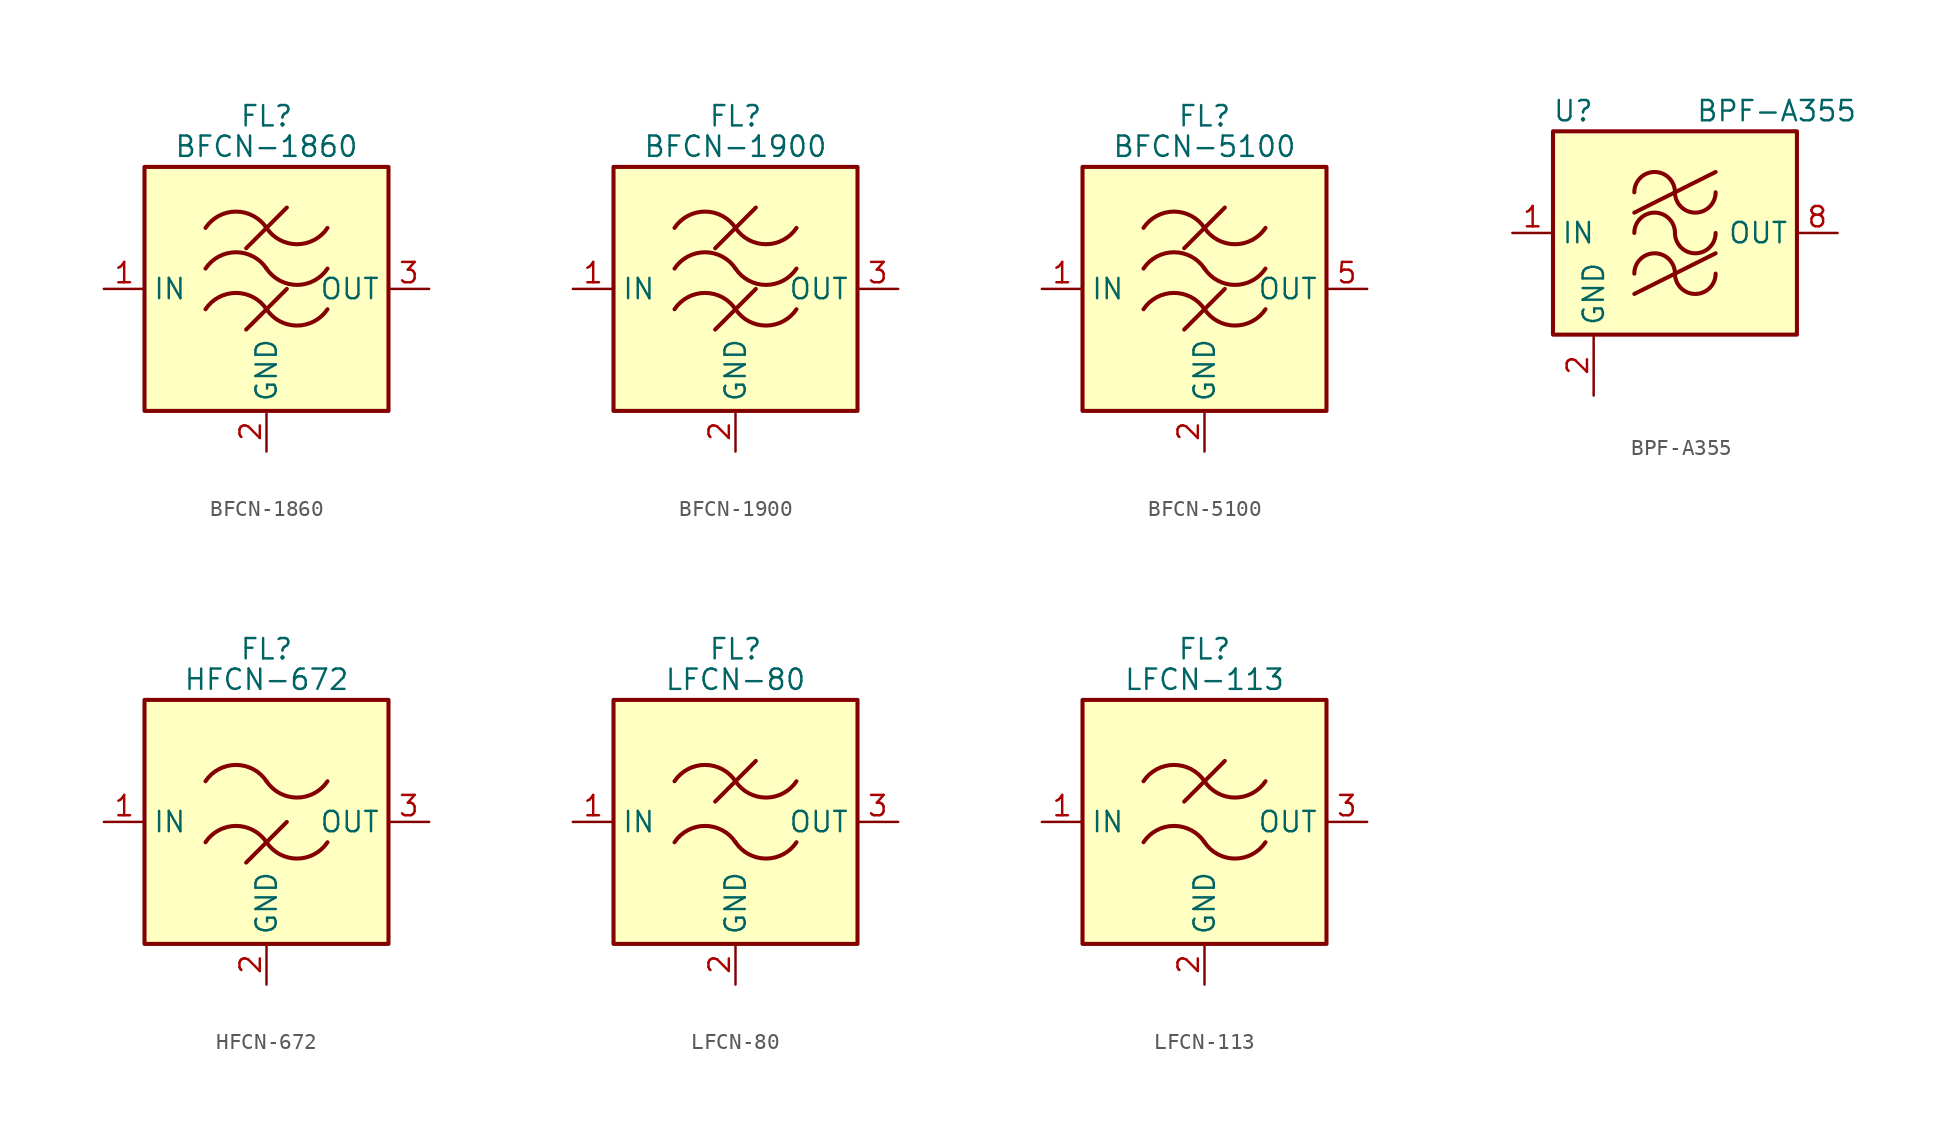
<source format=kicad_sym>
(kicad_symbol_lib
  (version 20241209)
  (generator "kicad_symbol_editor")
  (generator_version "9.0")
  (symbol "BFCN-1860"
    (property "Reference" "FL"
      (at 0 10.795 0)
      (effects (font (size 1.27 1.27))))
    (property "Value" "BFCN-1860"
      (at 0 8.89 0)
      (effects (font (size 1.27 1.27))))
    (symbol "BFCN-1860_0_1"
      (rectangle (start -7.62 7.62) (end 7.62 -7.62) (stroke (width 0.254) (type default)) (fill (type background)))
      (arc (start -3.81 3.81) (mid -1.905 4.8295) (end 0 3.81) (stroke (width 0.254) (type default)) (fill (type none)))
      (arc (start -3.81 1.27) (mid -1.905 2.2895) (end 0 1.27) (stroke (width 0.254) (type default)) (fill (type none)))
      (arc (start -3.81 -1.27) (mid -1.905 -0.2505) (end 0 -1.27) (stroke (width 0.254) (type default)) (fill (type none)))
      (polyline (pts (xy -1.27 2.54) (xy 1.27 5.08)) (stroke (width 0.254) (type default)) (fill (type none)))
      (polyline (pts (xy -1.27 -2.54) (xy 1.27 0)) (stroke (width 0.254) (type default)) (fill (type none)))
      (arc (start 3.81 3.81) (mid 1.905 2.7905) (end 0 3.81) (stroke (width 0.254) (type default)) (fill (type none)))
      (arc (start 3.81 1.27) (mid 1.905 0.2505) (end 0 1.27) (stroke (width 0.254) (type default)) (fill (type none)))
      (arc (start 3.81 -1.27) (mid 1.905 -2.2895) (end 0 -1.27) (stroke (width 0.254) (type default)) (fill (type none))))
    (symbol "BFCN-1860_1_1"
      (pin passive line (at -10.16 0 0) (length 2.54) (name "IN" (effects (font (size 1.27 1.27)))) (number "1" (effects (font (size 1.27 1.27)))))
      (pin passive line (at 0 -10.16 90) (length 2.54) (name "GND" (effects (font (size 1.27 1.27)))) (number "2" (effects (font (size 1.27 1.27)))))
      (pin passive line (at 0 -10.16 90) (length 2.54) (hide yes) (name "GND" (effects (font (size 1.27 1.27)))) (number "4" (effects (font (size 1.27 1.27)))))
      (pin passive line (at 10.16 0 180) (length 2.54) (name "OUT" (effects (font (size 1.27 1.27)))) (number "3" (effects (font (size 1.27 1.27)))))))
  (symbol "BFCN-1900"
    (property "Reference" "FL"
      (at 0 10.795 0)
      (effects (font (size 1.27 1.27))))
    (property "Value" "BFCN-1900"
      (at 0 8.89 0)
      (effects (font (size 1.27 1.27))))
    (symbol "BFCN-1900_0_1"
      (rectangle (start -7.62 7.62) (end 7.62 -7.62) (stroke (width 0.254) (type default)) (fill (type background)))
      (arc (start -3.81 3.81) (mid -1.905 4.8295) (end 0 3.81) (stroke (width 0.254) (type default)) (fill (type none)))
      (arc (start -3.81 1.27) (mid -1.905 2.2895) (end 0 1.27) (stroke (width 0.254) (type default)) (fill (type none)))
      (arc (start -3.81 -1.27) (mid -1.905 -0.2505) (end 0 -1.27) (stroke (width 0.254) (type default)) (fill (type none)))
      (polyline (pts (xy -1.27 2.54) (xy 1.27 5.08)) (stroke (width 0.254) (type default)) (fill (type none)))
      (polyline (pts (xy -1.27 -2.54) (xy 1.27 0)) (stroke (width 0.254) (type default)) (fill (type none)))
      (arc (start 3.81 3.81) (mid 1.905 2.7905) (end 0 3.81) (stroke (width 0.254) (type default)) (fill (type none)))
      (arc (start 3.81 1.27) (mid 1.905 0.2505) (end 0 1.27) (stroke (width 0.254) (type default)) (fill (type none)))
      (arc (start 3.81 -1.27) (mid 1.905 -2.2895) (end 0 -1.27) (stroke (width 0.254) (type default)) (fill (type none))))
    (symbol "BFCN-1900_1_1"
      (pin passive line (at -10.16 0 0) (length 2.54) (name "IN" (effects (font (size 1.27 1.27)))) (number "1" (effects (font (size 1.27 1.27)))))
      (pin passive line (at 0 -10.16 90) (length 2.54) (name "GND" (effects (font (size 1.27 1.27)))) (number "2" (effects (font (size 1.27 1.27)))))
      (pin passive line (at 0 -10.16 90) (length 2.54) (hide yes) (name "GND" (effects (font (size 1.27 1.27)))) (number "4" (effects (font (size 1.27 1.27)))))
      (pin passive line (at 10.16 0 180) (length 2.54) (name "OUT" (effects (font (size 1.27 1.27)))) (number "3" (effects (font (size 1.27 1.27)))))))
  (symbol "BFCN-5100"
    (property "Reference" "FL"
      (at 0 10.795 0)
      (effects (font (size 1.27 1.27))))
    (property "Value" "BFCN-5100"
      (at 0 8.89 0)
      (effects (font (size 1.27 1.27))))
    (symbol "BFCN-5100_0_1"
      (rectangle (start -7.62 7.62) (end 7.62 -7.62) (stroke (width 0.254) (type default)) (fill (type background)))
      (arc (start -3.81 3.81) (mid -1.905 4.8295) (end 0 3.81) (stroke (width 0.254) (type default)) (fill (type none)))
      (arc (start -3.81 1.27) (mid -1.905 2.2895) (end 0 1.27) (stroke (width 0.254) (type default)) (fill (type none)))
      (arc (start -3.81 -1.27) (mid -1.905 -0.2505) (end 0 -1.27) (stroke (width 0.254) (type default)) (fill (type none)))
      (polyline (pts (xy -1.27 2.54) (xy 1.27 5.08)) (stroke (width 0.254) (type default)) (fill (type none)))
      (polyline (pts (xy -1.27 -2.54) (xy 1.27 0)) (stroke (width 0.254) (type default)) (fill (type none)))
      (arc (start 3.81 3.81) (mid 1.905 2.7905) (end 0 3.81) (stroke (width 0.254) (type default)) (fill (type none)))
      (arc (start 3.81 1.27) (mid 1.905 0.2505) (end 0 1.27) (stroke (width 0.254) (type default)) (fill (type none)))
      (arc (start 3.81 -1.27) (mid 1.905 -2.2895) (end 0 -1.27) (stroke (width 0.254) (type default)) (fill (type none))))
    (symbol "BFCN-5100_1_1"
      (pin passive line (at -10.16 0 0) (length 2.54) (name "IN" (effects (font (size 1.27 1.27)))) (number "1" (effects (font (size 1.27 1.27)))))
      (pin passive line (at 0 -10.16 90) (length 2.54) (name "GND" (effects (font (size 1.27 1.27)))) (number "2" (effects (font (size 1.27 1.27)))))
      (pin passive line (at 0 -10.16 90) (length 2.54) (hide yes) (name "GND" (effects (font (size 1.27 1.27)))) (number "3" (effects (font (size 1.27 1.27)))))
      (pin passive line (at 0 -10.16 90) (length 2.54) (hide yes) (name "GND" (effects (font (size 1.27 1.27)))) (number "4" (effects (font (size 1.27 1.27)))))
      (pin passive line (at 0 -10.16 90) (length 2.54) (hide yes) (name "GND" (effects (font (size 1.27 1.27)))) (number "6" (effects (font (size 1.27 1.27)))))
      (pin passive line (at 0 -10.16 90) (length 2.54) (hide yes) (name "GND" (effects (font (size 1.27 1.27)))) (number "7" (effects (font (size 1.27 1.27)))))
      (pin passive line (at 0 -10.16 90) (length 2.54) (hide yes) (name "GND" (effects (font (size 1.27 1.27)))) (number "8" (effects (font (size 1.27 1.27)))))
      (pin passive line (at 10.16 0 180) (length 2.54) (name "OUT" (effects (font (size 1.27 1.27)))) (number "5" (effects (font (size 1.27 1.27)))))))
  (symbol "BPF-A355"
    (property "Reference" "U"
      (at -6.35 7.62 0)
      (effects (font (size 1.27 1.27))))
    (property "Value" "BPF-A355"
      (at 6.35 7.62 0)
      (effects (font (size 1.27 1.27))))
    (symbol "BPF-A355_0_1"
      (rectangle (start -7.62 6.35) (end 7.62 -6.35) (stroke (width 0.254) (type default)) (fill (type background)))
      (polyline (pts (xy -2.54 1.27) (xy 2.54 3.81)) (stroke (width 0.254) (type default)) (fill (type none)))
      (polyline (pts (xy -2.54 -3.81) (xy 2.54 -1.27)) (stroke (width 0.254) (type default)) (fill (type none)))
      (arc (start -2.54 2.54) (mid -1.27 3.8045) (end 0 2.54) (stroke (width 0.254) (type default)) (fill (type none)))
      (arc (start -2.54 0) (mid -1.27 1.2645) (end 0 0) (stroke (width 0.254) (type default)) (fill (type none)))
      (arc (start -2.54 -2.54) (mid -1.27 -1.2755) (end 0 -2.54) (stroke (width 0.254) (type default)) (fill (type none)))
      (arc (start 2.54 2.54) (mid 1.27 1.2755) (end 0 2.54) (stroke (width 0.254) (type default)) (fill (type none)))
      (arc (start 2.54 0) (mid 1.27 -1.2645) (end 0 0) (stroke (width 0.254) (type default)) (fill (type none)))
      (arc (start 2.54 -2.54) (mid 1.27 -3.8045) (end 0 -2.54) (stroke (width 0.254) (type default)) (fill (type none))))
    (symbol "BPF-A355_1_1"
      (pin input line (at -10.16 0 0) (length 2.54) (name "IN" (effects (font (size 1.27 1.27)))) (number "1" (effects (font (size 1.27 1.27)))))
      (pin passive line (at -5.08 -10.16 90) (length 3.81) (hide yes) (name "GND" (effects (font (size 1.27 1.27)))) (number "10" (effects (font (size 1.27 1.27)))))
      (pin passive line (at -5.08 -10.16 90) (length 3.81) (hide yes) (name "GND" (effects (font (size 1.27 1.27)))) (number "11" (effects (font (size 1.27 1.27)))))
      (pin passive line (at -5.08 -10.16 90) (length 3.81) (hide yes) (name "GND" (effects (font (size 1.27 1.27)))) (number "12" (effects (font (size 1.27 1.27)))))
      (pin passive line (at -5.08 -10.16 90) (length 3.81) (hide yes) (name "GND" (effects (font (size 1.27 1.27)))) (number "13" (effects (font (size 1.27 1.27)))))
      (pin passive line (at -5.08 -10.16 90) (length 3.81) (hide yes) (name "GND" (effects (font (size 1.27 1.27)))) (number "14" (effects (font (size 1.27 1.27)))))
      (pin power_in line (at -5.08 -10.16 90) (length 3.81) (name "GND" (effects (font (size 1.27 1.27)))) (number "2" (effects (font (size 1.27 1.27)))))
      (pin passive line (at -5.08 -10.16 90) (length 3.81) (hide yes) (name "GND" (effects (font (size 1.27 1.27)))) (number "3" (effects (font (size 1.27 1.27)))))
      (pin passive line (at -5.08 -10.16 90) (length 3.81) (hide yes) (name "GND" (effects (font (size 1.27 1.27)))) (number "4" (effects (font (size 1.27 1.27)))))
      (pin passive line (at -5.08 -10.16 90) (length 3.81) (hide yes) (name "GND" (effects (font (size 1.27 1.27)))) (number "5" (effects (font (size 1.27 1.27)))))
      (pin passive line (at -5.08 -10.16 90) (length 3.81) (hide yes) (name "GND" (effects (font (size 1.27 1.27)))) (number "6" (effects (font (size 1.27 1.27)))))
      (pin passive line (at -5.08 -10.16 90) (length 3.81) (hide yes) (name "GND" (effects (font (size 1.27 1.27)))) (number "7" (effects (font (size 1.27 1.27)))))
      (pin passive line (at -5.08 -10.16 90) (length 3.81) (hide yes) (name "GND" (effects (font (size 1.27 1.27)))) (number "9" (effects (font (size 1.27 1.27)))))
      (pin output line (at 10.16 0 180) (length 2.54) (name "OUT" (effects (font (size 1.27 1.27)))) (number "8" (effects (font (size 1.27 1.27)))))))
  (symbol "HFCN-672"
    (property "Reference" "FL"
      (at 0 10.795 0)
      (effects (font (size 1.27 1.27))))
    (property "Value" "HFCN-672"
      (at 0 8.89 0)
      (effects (font (size 1.27 1.27))))
    (symbol "HFCN-672_0_1"
      (rectangle (start -7.62 7.62) (end 7.62 -7.62) (stroke (width 0.254) (type default)) (fill (type background)))
      (arc (start -3.81 2.54) (mid -1.905 3.5595) (end 0 2.54) (stroke (width 0.254) (type default)) (fill (type none)))
      (arc (start -3.81 -1.27) (mid -1.905 -0.2505) (end 0 -1.27) (stroke (width 0.254) (type default)) (fill (type none)))
      (polyline (pts (xy -1.27 -2.54) (xy 1.27 0)) (stroke (width 0.254) (type default)) (fill (type none)))
      (arc (start 3.81 2.54) (mid 1.905 1.5205) (end 0 2.54) (stroke (width 0.254) (type default)) (fill (type none)))
      (arc (start 3.81 -1.27) (mid 1.905 -2.2895) (end 0 -1.27) (stroke (width 0.254) (type default)) (fill (type none))))
    (symbol "HFCN-672_1_1"
      (pin passive line (at -10.16 0 0) (length 2.54) (name "IN" (effects (font (size 1.27 1.27)))) (number "1" (effects (font (size 1.27 1.27)))))
      (pin passive line (at 0 -10.16 90) (length 2.54) (name "GND" (effects (font (size 1.27 1.27)))) (number "2" (effects (font (size 1.27 1.27)))))
      (pin passive line (at 0 -10.16 90) (length 2.54) (hide yes) (name "GND" (effects (font (size 1.27 1.27)))) (number "4" (effects (font (size 1.27 1.27)))))
      (pin passive line (at 0 -10.16 90) (length 2.54) (hide yes) (name "GND" (effects (font (size 1.27 1.27)))) (number "5" (effects (font (size 1.27 1.27)))))
      (pin passive line (at 0 -10.16 90) (length 2.54) (hide yes) (name "GND" (effects (font (size 1.27 1.27)))) (number "6" (effects (font (size 1.27 1.27)))))
      (pin passive line (at 10.16 0 180) (length 2.54) (name "OUT" (effects (font (size 1.27 1.27)))) (number "3" (effects (font (size 1.27 1.27)))))))
  (symbol "LFCN-80"
    (property "Reference" "FL"
      (at 0 10.795 0)
      (effects (font (size 1.27 1.27))))
    (property "Value" "LFCN-80"
      (at 0 8.89 0)
      (effects (font (size 1.27 1.27))))
    (symbol "LFCN-80_0_1"
      (rectangle (start -7.62 7.62) (end 7.62 -7.62) (stroke (width 0.254) (type default)) (fill (type background)))
      (arc (start -3.81 2.54) (mid -1.905 3.5595) (end 0 2.54) (stroke (width 0.254) (type default)) (fill (type none)))
      (arc (start -3.81 -1.27) (mid -1.905 -0.2505) (end 0 -1.27) (stroke (width 0.254) (type default)) (fill (type none)))
      (polyline (pts (xy -1.27 1.27) (xy 1.27 3.81)) (stroke (width 0.254) (type default)) (fill (type none)))
      (arc (start 3.81 2.54) (mid 1.905 1.5205) (end 0 2.54) (stroke (width 0.254) (type default)) (fill (type none)))
      (arc (start 3.81 -1.27) (mid 1.905 -2.2895) (end 0 -1.27) (stroke (width 0.254) (type default)) (fill (type none))))
    (symbol "LFCN-80_1_1"
      (pin passive line (at -10.16 0 0) (length 2.54) (name "IN" (effects (font (size 1.27 1.27)))) (number "1" (effects (font (size 1.27 1.27)))))
      (pin passive line (at 0 -10.16 90) (length 2.54) (name "GND" (effects (font (size 1.27 1.27)))) (number "2" (effects (font (size 1.27 1.27)))))
      (pin passive line (at 0 -10.16 90) (length 2.54) (hide yes) (name "GND" (effects (font (size 1.27 1.27)))) (number "4" (effects (font (size 1.27 1.27)))))
      (pin passive line (at 10.16 0 180) (length 2.54) (name "OUT" (effects (font (size 1.27 1.27)))) (number "3" (effects (font (size 1.27 1.27)))))))
  (symbol "LFCN-113"
    (property "Reference" "FL"
      (at 0 10.795 0)
      (effects (font (size 1.27 1.27))))
    (property "Value" "LFCN-113"
      (at 0 8.89 0)
      (effects (font (size 1.27 1.27))))
    (symbol "LFCN-113_0_1"
      (rectangle (start -7.62 7.62) (end 7.62 -7.62) (stroke (width 0.254) (type default)) (fill (type background)))
      (arc (start -3.81 2.54) (mid -1.905 3.5595) (end 0 2.54) (stroke (width 0.254) (type default)) (fill (type none)))
      (arc (start -3.81 -1.27) (mid -1.905 -0.2505) (end 0 -1.27) (stroke (width 0.254) (type default)) (fill (type none)))
      (polyline (pts (xy -1.27 1.27) (xy 1.27 3.81)) (stroke (width 0.254) (type default)) (fill (type none)))
      (arc (start 3.81 2.54) (mid 1.905 1.5205) (end 0 2.54) (stroke (width 0.254) (type default)) (fill (type none)))
      (arc (start 3.81 -1.27) (mid 1.905 -2.2895) (end 0 -1.27) (stroke (width 0.254) (type default)) (fill (type none))))
    (symbol "LFCN-113_1_1"
      (pin passive line (at -10.16 0 0) (length 2.54) (name "IN" (effects (font (size 1.27 1.27)))) (number "1" (effects (font (size 1.27 1.27)))))
      (pin passive line (at 0 -10.16 90) (length 2.54) (name "GND" (effects (font (size 1.27 1.27)))) (number "2" (effects (font (size 1.27 1.27)))))
      (pin passive line (at 0 -10.16 90) (length 2.54) (hide yes) (name "GND" (effects (font (size 1.27 1.27)))) (number "4" (effects (font (size 1.27 1.27)))))
      (pin passive line (at 10.16 0 180) (length 2.54) (name "OUT" (effects (font (size 1.27 1.27)))) (number "3" (effects (font (size 1.27 1.27))))))))
</source>
